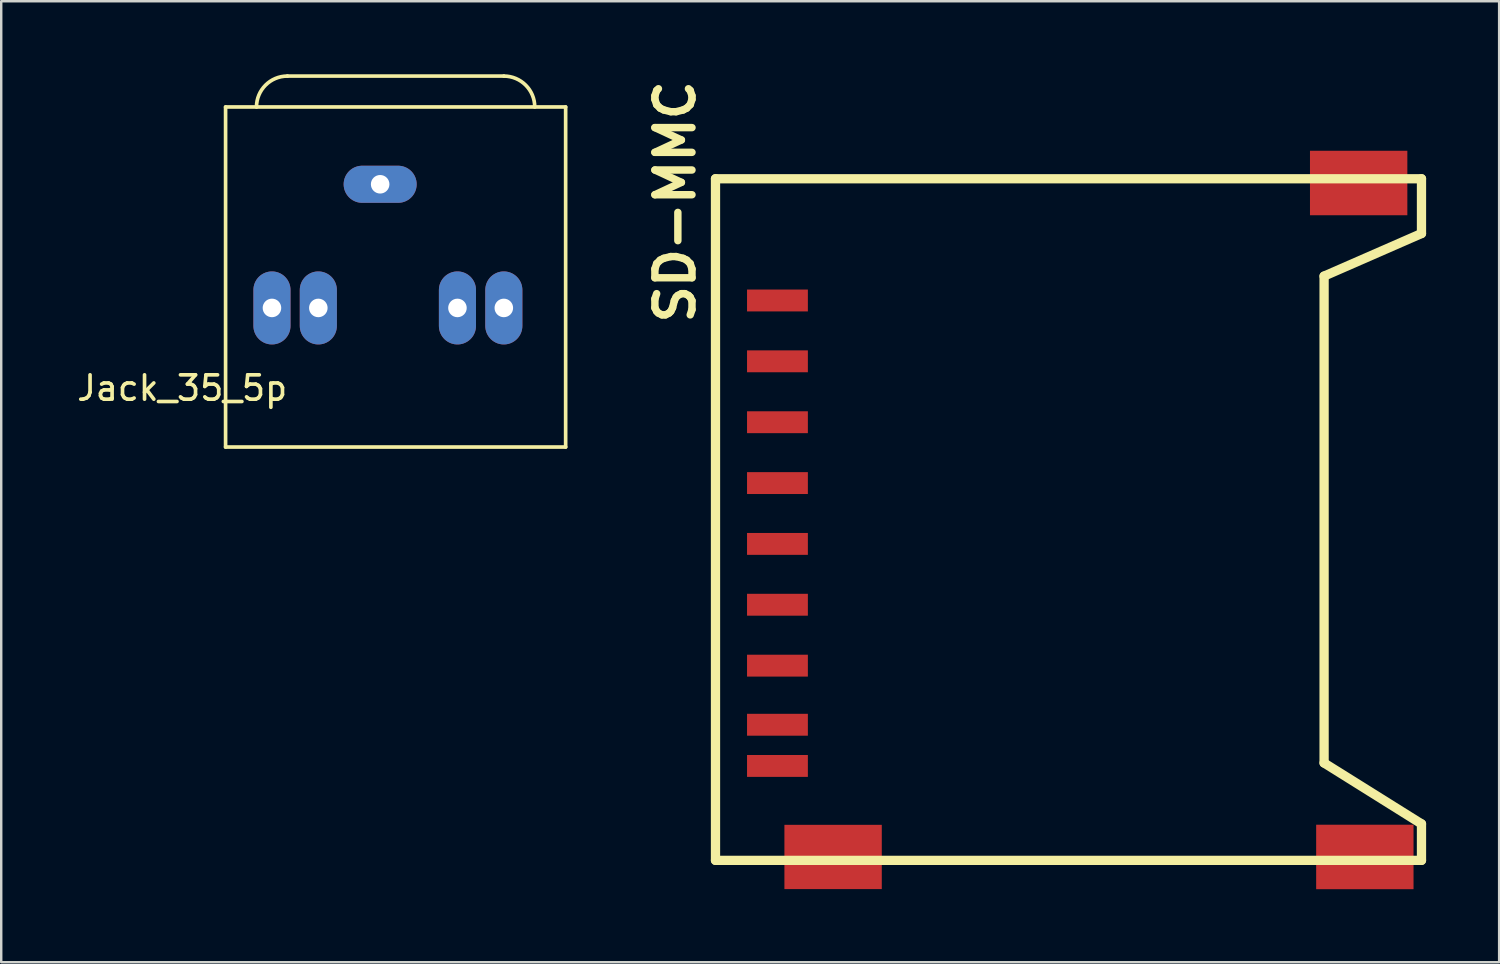
<source format=kicad_pcb>
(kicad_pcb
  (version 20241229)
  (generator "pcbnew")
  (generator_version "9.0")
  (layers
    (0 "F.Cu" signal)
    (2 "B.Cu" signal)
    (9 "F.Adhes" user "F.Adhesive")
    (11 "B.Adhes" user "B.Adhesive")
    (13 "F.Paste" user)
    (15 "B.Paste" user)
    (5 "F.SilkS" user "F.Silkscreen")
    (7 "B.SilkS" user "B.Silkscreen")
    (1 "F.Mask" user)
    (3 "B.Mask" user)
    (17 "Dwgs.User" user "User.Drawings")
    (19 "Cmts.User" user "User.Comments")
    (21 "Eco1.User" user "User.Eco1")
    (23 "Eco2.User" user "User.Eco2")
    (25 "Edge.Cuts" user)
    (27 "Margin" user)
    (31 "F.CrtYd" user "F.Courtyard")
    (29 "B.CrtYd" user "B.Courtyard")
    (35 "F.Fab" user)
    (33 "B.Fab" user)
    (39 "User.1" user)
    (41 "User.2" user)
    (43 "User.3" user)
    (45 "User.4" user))
  (footprint "Jack_35_5p"
    (layer "F.Cu")
    (at 12.567 10.235)
    (property "Reference" "Jack_35_5p" (at -8.132 2.658 0) (layer "F.SilkS") (effects (font (size 1 1) (thickness 0.15))))
    (attr through_hole)
    (fp_line (start -6.35 -8.89) (end 7.62 -8.89) (stroke (width 0.15) (type solid)) (layer "F.SilkS"))
    (fp_line (start -6.35 5.08) (end -6.35 -8.89) (stroke (width 0.15) (type solid)) (layer "F.SilkS"))
    (fp_line (start -3.81 -10.16) (end 5.08 -10.16) (stroke (width 0.15) (type solid)) (layer "F.SilkS"))
    (fp_line (start 7.62 -8.89) (end 7.62 5.08) (stroke (width 0.15) (type solid)) (layer "F.SilkS"))
    (fp_line (start 7.62 5.08) (end -6.35 5.08) (stroke (width 0.15) (type solid)) (layer "F.SilkS"))
    (fp_arc (start -5.08 -8.89) (mid -4.708026 -9.788026) (end -3.81 -10.16) (stroke (width 0.15) (type solid)) (layer "F.SilkS"))
    (fp_arc (start 5.08 -10.16) (mid 5.978026 -9.788026) (end 6.35 -8.89) (stroke (width 0.15) (type solid)) (layer "F.SilkS"))
    (pad "1" thru_hole oval (at 0 -5.715) (size 3 1.524) (drill 0.762) (layers "*.Cu" "*.Mask"))
    (pad "2" thru_hole oval (at 5.08 -0.635) (size 1.524 3) (drill 0.762) (layers "*.Cu" "*.Mask"))
    (pad "3" thru_hole oval (at 3.175 -0.635) (size 1.524 3) (drill 0.762) (layers "*.Cu" "*.Mask"))
    (pad "4" thru_hole oval (at -4.445 -0.635) (size 1.524 3) (drill 0.762) (layers "*.Cu" "*.Mask"))
    (pad "5" thru_hole oval (at -2.54 -0.635) (size 1.524 3) (drill 0.762) (layers "*.Cu" "*.Mask")))
  (footprint "SD-MMC"
    (layer "F.Cu")
    (at 28.888 9.294)
    (property "Reference" "SD-MMC" (at -4.2 -4.054 90) (layer "F.SilkS") (effects (font (size 1.524 1.524) (thickness 0.305))))
    (attr through_hole)
    (fp_line (start -2.545 -5.001) (end 26.457 -5.001) (stroke (width 0.381) (type solid)) (layer "F.SilkS"))
    (fp_line (start -2.545 23) (end -2.545 -5.001) (stroke (width 0.381) (type solid)) (layer "F.SilkS"))
    (fp_line (start 22.456 -1.001) (end 22.456 18.999) (stroke (width 0.381) (type solid)) (layer "F.SilkS"))
    (fp_line (start 22.456 18.999) (end 26.457 21.501) (stroke (width 0.381) (type solid)) (layer "F.SilkS"))
    (fp_line (start 26.457 -5.001) (end 26.457 -2.751) (stroke (width 0.381) (type solid)) (layer "F.SilkS"))
    (fp_line (start 26.457 -2.751) (end 22.456 -1.001) (stroke (width 0.381) (type solid)) (layer "F.SilkS"))
    (fp_line (start 26.457 21.501) (end 26.457 23) (stroke (width 0.381) (type solid)) (layer "F.SilkS"))
    (fp_line (start 26.457 23) (end -2.545 23) (stroke (width 0.381) (type solid)) (layer "F.SilkS"))
    (pad "1" smd rect (at 0 2.499) (size 2.499 0.899) (layers "F.Cu" "F.Mask" "F.Paste"))
    (pad "2" smd rect (at 0 5.001) (size 2.499 0.899) (layers "F.Cu" "F.Mask" "F.Paste"))
    (pad "3" smd rect (at 0 7.501) (size 2.499 0.899) (layers "F.Cu" "F.Mask" "F.Paste"))
    (pad "4" smd rect (at 0 10) (size 2.499 0.899) (layers "F.Cu" "F.Mask" "F.Paste"))
    (pad "5" smd rect (at 0 12.499) (size 2.499 0.899) (layers "F.Cu" "F.Mask" "F.Paste"))
    (pad "6" smd rect (at 0 15.001) (size 2.499 0.899) (layers "F.Cu" "F.Mask" "F.Paste"))
    (pad "7" smd rect (at 0 17.429) (size 2.499 0.899) (layers "F.Cu" "F.Mask" "F.Paste"))
    (pad "8" smd rect (at 0 19.121) (size 2.499 0.899) (layers "F.Cu" "F.Mask" "F.Paste"))
    (pad "9" smd rect (at 0 0) (size 2.499 0.899) (layers "F.Cu" "F.Mask" "F.Paste"))
    (pad "~" smd rect (at 2.286 22.86) (size 4 2.64) (layers "F.Cu" "F.Mask" "F.Paste"))
    (pad "~" smd rect (at 23.876 -4.826) (size 4 2.649) (layers "F.Cu" "F.Mask" "F.Paste"))
    (pad "~" smd rect (at 24.13 22.86) (size 4 2.649) (layers "F.Cu" "F.Mask" "F.Paste")))
  (gr_rect
    (start -3 -3)
    (end 58.535 36.478)
    (stroke (width 0.1) (type default))
    (fill no)
    (layer "Edge.Cuts")))
</source>
